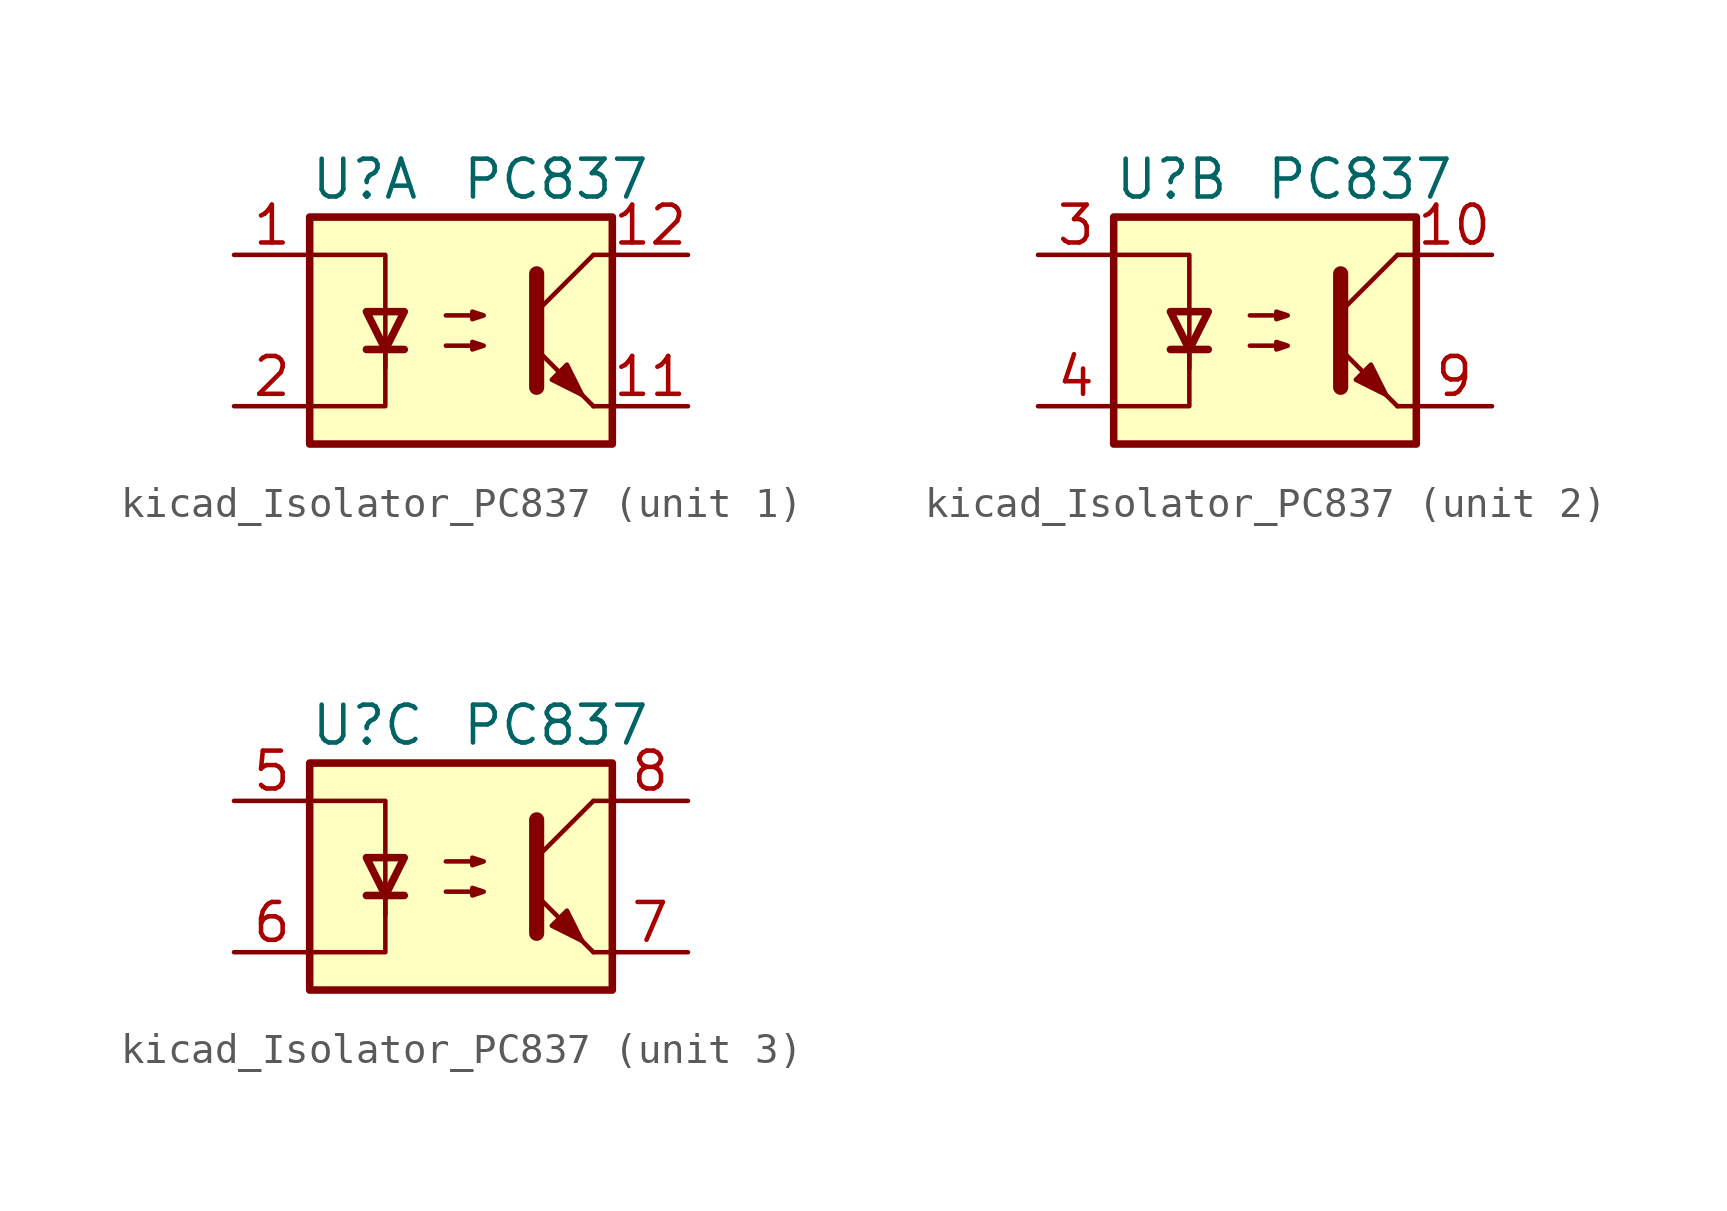
<source format=kicad_sym>
(kicad_symbol_lib
  (version 20220914)
  (generator kicad_symbol_editor)
  (symbol "kicad_Isolator_PC837"
    (pin_names
      (offset 1.016))
    (property "Reference" "U"
      (at -5.08 5.08 0)
      (effects (font (size 1.27 1.27)) (justify left)))
    (property "Value" "PC837"
      (at 0 5.08 0)
      (effects (font (size 1.27 1.27)) (justify left)))
    (symbol "kicad_Isolator_PC837_0_1"
      (rectangle (start -5.08 3.81) (end 5.08 -3.81) (stroke (width 0.254) (type default)) (fill (type background)))
      (polyline (pts (xy -3.175 -0.635) (xy -1.905 -0.635)) (stroke (width 0.254) (type default)) (fill (type none)))
      (polyline (pts (xy 2.54 0.635) (xy 4.445 2.54)) (stroke (width 0) (type default)) (fill (type none)))
      (polyline (pts (xy 4.445 -2.54) (xy 2.54 -0.635)) (stroke (width 0) (type default)) (fill (type outline)))
      (polyline (pts (xy 4.445 -2.54) (xy 5.08 -2.54)) (stroke (width 0) (type default)) (fill (type none)))
      (polyline (pts (xy 4.445 2.54) (xy 5.08 2.54)) (stroke (width 0) (type default)) (fill (type none)))
      (polyline (pts (xy -2.54 -0.635) (xy -2.54 -2.54) (xy -5.08 -2.54)) (stroke (width 0) (type default)) (fill (type none)))
      (polyline (pts (xy 2.54 1.905) (xy 2.54 -1.905) (xy 2.54 -1.905)) (stroke (width 0.508) (type default)) (fill (type none)))
      (polyline (pts (xy -5.08 2.54) (xy -2.54 2.54) (xy -2.54 -1.27) (xy -2.54 0.635)) (stroke (width 0) (type default)) (fill (type none)))
      (polyline (pts (xy -2.54 -0.635) (xy -3.175 0.635) (xy -1.905 0.635) (xy -2.54 -0.635)) (stroke (width 0.254) (type default)) (fill (type none)))
      (polyline (pts (xy -0.508 -0.508) (xy 0.762 -0.508) (xy 0.381 -0.635) (xy 0.381 -0.381) (xy 0.762 -0.508)) (stroke (width 0) (type default)) (fill (type none)))
      (polyline (pts (xy -0.508 0.508) (xy 0.762 0.508) (xy 0.381 0.381) (xy 0.381 0.635) (xy 0.762 0.508)) (stroke (width 0) (type default)) (fill (type none)))
      (polyline (pts (xy 3.048 -1.651) (xy 3.556 -1.143) (xy 4.064 -2.159) (xy 3.048 -1.651) (xy 3.048 -1.651)) (stroke (width 0) (type default)) (fill (type outline))))
    (symbol "kicad_Isolator_PC837_1_1"
      (pin passive line (at -7.62 2.54 0) (length 2.54) (name "~" (effects (font (size 1.27 1.27)))) (number "1" (effects (font (size 1.27 1.27)))))
      (pin passive line (at 7.62 -2.54 180) (length 2.54) (name "~" (effects (font (size 1.27 1.27)))) (number "11" (effects (font (size 1.27 1.27)))))
      (pin passive line (at 7.62 2.54 180) (length 2.54) (name "~" (effects (font (size 1.27 1.27)))) (number "12" (effects (font (size 1.27 1.27)))))
      (pin passive line (at -7.62 -2.54 0) (length 2.54) (name "~" (effects (font (size 1.27 1.27)))) (number "2" (effects (font (size 1.27 1.27))))))
    (symbol "kicad_Isolator_PC837_2_1"
      (pin passive line (at 7.62 2.54 180) (length 2.54) (name "~" (effects (font (size 1.27 1.27)))) (number "10" (effects (font (size 1.27 1.27)))))
      (pin passive line (at -7.62 2.54 0) (length 2.54) (name "~" (effects (font (size 1.27 1.27)))) (number "3" (effects (font (size 1.27 1.27)))))
      (pin passive line (at -7.62 -2.54 0) (length 2.54) (name "~" (effects (font (size 1.27 1.27)))) (number "4" (effects (font (size 1.27 1.27)))))
      (pin passive line (at 7.62 -2.54 180) (length 2.54) (name "~" (effects (font (size 1.27 1.27)))) (number "9" (effects (font (size 1.27 1.27))))))
    (symbol "kicad_Isolator_PC837_3_1"
      (pin passive line (at -7.62 2.54 0) (length 2.54) (name "~" (effects (font (size 1.27 1.27)))) (number "5" (effects (font (size 1.27 1.27)))))
      (pin passive line (at -7.62 -2.54 0) (length 2.54) (name "~" (effects (font (size 1.27 1.27)))) (number "6" (effects (font (size 1.27 1.27)))))
      (pin passive line (at 7.62 -2.54 180) (length 2.54) (name "~" (effects (font (size 1.27 1.27)))) (number "7" (effects (font (size 1.27 1.27)))))
      (pin passive line (at 7.62 2.54 180) (length 2.54) (name "~" (effects (font (size 1.27 1.27)))) (number "8" (effects (font (size 1.27 1.27))))))))
</source>
